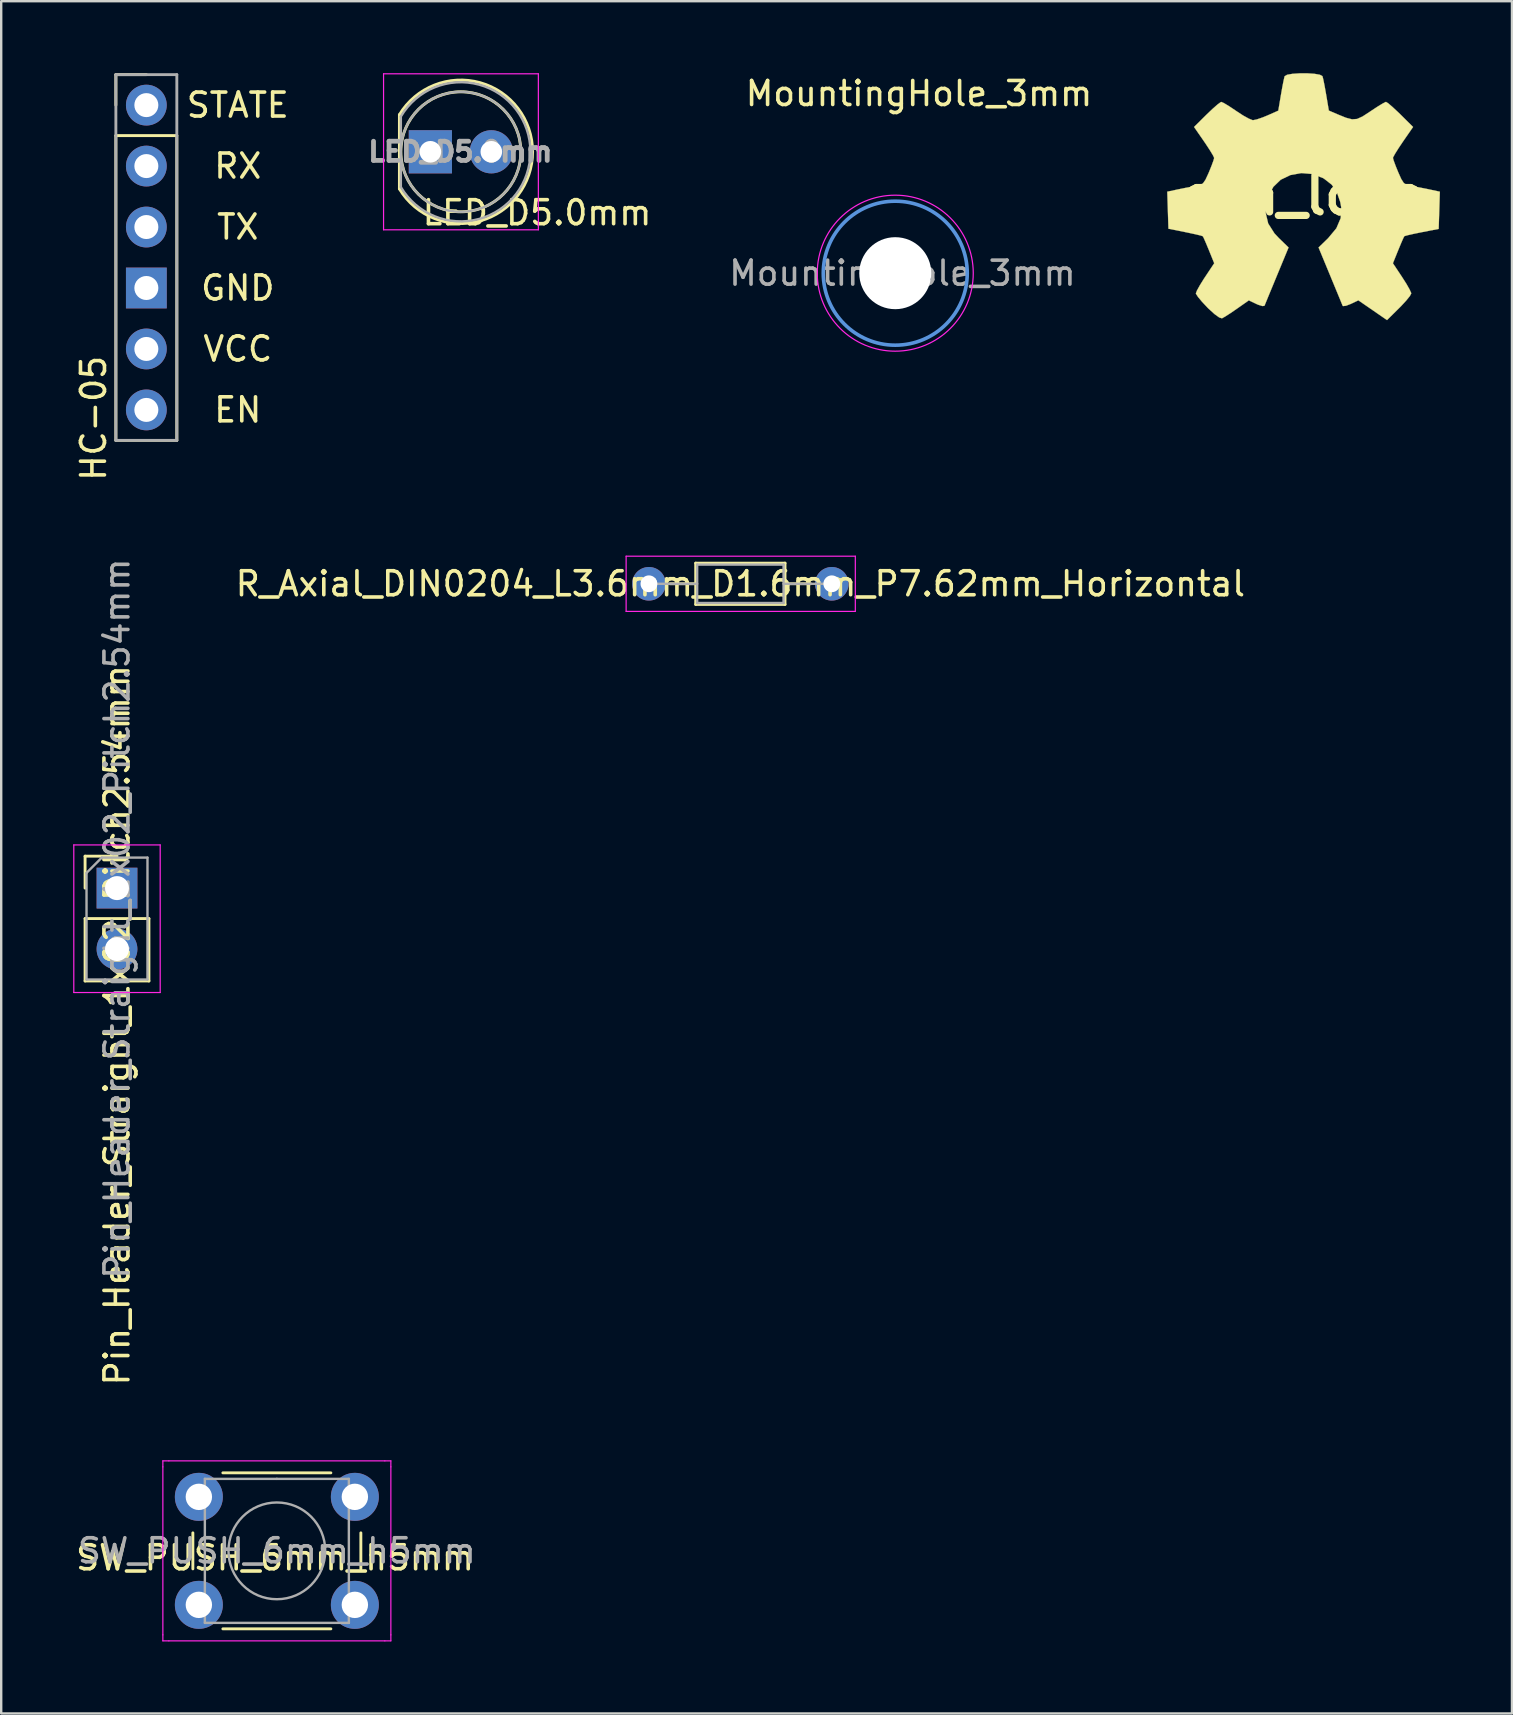
<source format=kicad_pcb>
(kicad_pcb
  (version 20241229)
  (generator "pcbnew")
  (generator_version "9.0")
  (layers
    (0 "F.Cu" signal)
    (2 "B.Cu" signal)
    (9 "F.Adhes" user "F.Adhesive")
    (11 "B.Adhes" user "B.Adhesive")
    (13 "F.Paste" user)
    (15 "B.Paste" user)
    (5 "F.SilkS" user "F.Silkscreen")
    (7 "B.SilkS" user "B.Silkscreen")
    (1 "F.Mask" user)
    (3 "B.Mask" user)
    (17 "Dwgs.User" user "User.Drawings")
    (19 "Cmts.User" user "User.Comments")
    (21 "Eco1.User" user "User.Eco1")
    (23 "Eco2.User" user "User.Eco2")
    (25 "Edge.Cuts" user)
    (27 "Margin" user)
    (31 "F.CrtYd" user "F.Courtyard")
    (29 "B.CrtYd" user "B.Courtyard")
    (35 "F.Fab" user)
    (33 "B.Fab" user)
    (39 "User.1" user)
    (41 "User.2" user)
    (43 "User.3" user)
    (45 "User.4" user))
  (footprint "MountingHole_3mm"
    (layer "F.Cu")
    (at 34.253 8.333)
    (property "Reference" "MountingHole_3mm" (at 0.99 -7.485 0) (layer "F.SilkS") (effects (font (size 1 1) (thickness 0.15))))
    (attr exclude_from_pos_files exclude_from_bom)
    (fp_circle (center 0 0) (end 3 0) (stroke (width 0.15) (type solid)) (fill no) (layer "Cmts.User"))
    (fp_circle (center 0 0) (end 3.25 0) (stroke (width 0.05) (type solid)) (fill no) (layer "F.CrtYd"))
    (fp_text user "${REFERENCE}" (at 0.3 0 0) (layer "F.Fab") (effects (font (size 1 1) (thickness 0.15))))
    (pad "" np_thru_hole circle (at 0 0) (size 3 3) (drill 3) (layers "*.Cu" "*.Mask")))
  (footprint "Pin_Header_Straight_1x02_Pitch2.54mm"
    (layer "F.Cu")
    (at 1.825 33.955)
    (property "Reference" "Pin_Header_Straight_1x02_Pitch2.54mm" (at 0 5.715 90) (layer "F.SilkS") (effects (font (size 1 1) (thickness 0.15))))
    (attr through_hole)
    (fp_line (start -1.33 -1.33) (end 0 -1.33) (stroke (width 0.12) (type solid)) (layer "F.SilkS"))
    (fp_line (start -1.33 0) (end -1.33 -1.33) (stroke (width 0.12) (type solid)) (layer "F.SilkS"))
    (fp_line (start -1.33 1.27) (end -1.33 3.87) (stroke (width 0.12) (type solid)) (layer "F.SilkS"))
    (fp_line (start -1.33 1.27) (end 1.33 1.27) (stroke (width 0.12) (type solid)) (layer "F.SilkS"))
    (fp_line (start -1.33 3.87) (end 1.33 3.87) (stroke (width 0.12) (type solid)) (layer "F.SilkS"))
    (fp_line (start 1.33 1.27) (end 1.33 3.87) (stroke (width 0.12) (type solid)) (layer "F.SilkS"))
    (fp_line (start -1.8 -1.8) (end -1.8 4.35) (stroke (width 0.05) (type solid)) (layer "F.CrtYd"))
    (fp_line (start -1.8 4.35) (end 1.8 4.35) (stroke (width 0.05) (type solid)) (layer "F.CrtYd"))
    (fp_line (start 1.8 -1.8) (end -1.8 -1.8) (stroke (width 0.05) (type solid)) (layer "F.CrtYd"))
    (fp_line (start 1.8 4.35) (end 1.8 -1.8) (stroke (width 0.05) (type solid)) (layer "F.CrtYd"))
    (fp_line (start -1.27 -0.635) (end -0.635 -1.27) (stroke (width 0.1) (type solid)) (layer "F.Fab"))
    (fp_line (start -1.27 3.81) (end -1.27 -0.635) (stroke (width 0.1) (type solid)) (layer "F.Fab"))
    (fp_line (start -0.635 -1.27) (end 1.27 -1.27) (stroke (width 0.1) (type solid)) (layer "F.Fab"))
    (fp_line (start 1.27 -1.27) (end 1.27 3.81) (stroke (width 0.1) (type solid)) (layer "F.Fab"))
    (fp_line (start 1.27 3.81) (end -1.27 3.81) (stroke (width 0.1) (type solid)) (layer "F.Fab"))
    (fp_text user "${REFERENCE}" (at 0 1.27 90) (layer "F.Fab") (effects (font (size 1 1) (thickness 0.15))))
    (pad "1" thru_hole rect (at 0 0) (size 1.7 1.7) (drill 1) (layers "*.Cu" "*.Mask"))
    (pad "2" thru_hole oval (at 0 2.54) (size 1.7 1.7) (drill 1) (layers "*.Cu" "*.Mask")))
  (footprint "osh_logo"
    (layer "F.Cu")
    (at 51.266 5.091)
    (property "Reference" "osh_logo" (at 0 0 0) (layer "F.SilkS") (effects (font (size 1.524 1.524) (thickness 0.3))))
    (attr through_hole)
    (fp_poly (pts (xy 0.452 -5.066) (xy 0.678 -5.027) (xy 0.786 -4.969) (xy 0.788 -4.966) (xy 0.822 -4.832) (xy 0.873 -4.581) (xy 0.93 -4.261) (xy 0.942 -4.193) (xy 1.053 -3.534) (xy 1.423 -3.375) (xy 1.77 -3.234) (xy 2.021 -3.169) (xy 2.231 -3.185) (xy 2.458 -3.288) (xy 2.758 -3.483) (xy 2.787 -3.503) (xy 3.061 -3.684) (xy 3.284 -3.821) (xy 3.418 -3.891) (xy 3.435 -3.895) (xy 3.525 -3.839) (xy 3.701 -3.689) (xy 3.932 -3.474) (xy 4.036 -3.373) (xy 4.563 -2.85) (xy 4.144 -2.245) (xy 3.955 -1.963) (xy 3.81 -1.731) (xy 3.732 -1.586) (xy 3.725 -1.56) (xy 3.756 -1.447) (xy 3.837 -1.227) (xy 3.945 -0.962) (xy 4.071 -0.681) (xy 4.175 -0.519) (xy 4.294 -0.437) (xy 4.467 -0.394) (xy 4.498 -0.389) (xy 4.79 -0.338) (xy 5.132 -0.271) (xy 5.254 -0.245) (xy 5.679 -0.154) (xy 5.655 0.622) (xy 5.63 1.397) (xy 4.93 1.533) (xy 4.607 1.599) (xy 4.354 1.656) (xy 4.213 1.695) (xy 4.197 1.703) (xy 4.152 1.792) (xy 4.063 1.996) (xy 3.949 2.27) (xy 3.944 2.282) (xy 3.723 2.828) (xy 4.105 3.403) (xy 4.284 3.684) (xy 4.417 3.919) (xy 4.484 4.067) (xy 4.487 4.087) (xy 4.43 4.193) (xy 4.279 4.381) (xy 4.062 4.616) (xy 3.982 4.696) (xy 3.477 5.196) (xy 2.88 4.784) (xy 2.283 4.373) (xy 1.969 4.522) (xy 1.769 4.599) (xy 1.645 4.613) (xy 1.629 4.601) (xy 1.588 4.501) (xy 1.495 4.274) (xy 1.361 3.95) (xy 1.198 3.556) (xy 1.113 3.35) (xy 0.625 2.171) (xy 1.024 1.784) (xy 1.367 1.371) (xy 1.547 0.948) (xy 1.569 0.498) (xy 1.528 0.275) (xy 1.383 -0.142) (xy 1.172 -0.447) (xy 0.855 -0.694) (xy 0.806 -0.723) (xy 0.375 -0.89) (xy -0.09 -0.929) (xy -0.547 -0.847) (xy -0.952 -0.652) (xy -1.258 -0.356) (xy -1.387 -0.118) (xy -1.501 0.18) (xy -1.526 0.268) (xy -1.576 0.739) (xy -1.474 1.171) (xy -1.212 1.584) (xy -1.024 1.784) (xy -0.625 2.171) (xy -1.113 3.35) (xy -1.285 3.767) (xy -1.435 4.128) (xy -1.549 4.406) (xy -1.616 4.571) (xy -1.629 4.601) (xy -1.713 4.612) (xy -1.892 4.557) (xy -1.968 4.523) (xy -2.28 4.374) (xy -2.782 4.726) (xy -3.046 4.907) (xy -3.266 5.048) (xy -3.397 5.122) (xy -3.4 5.123) (xy -3.514 5.087) (xy -3.71 4.946) (xy -3.957 4.722) (xy -4.002 4.677) (xy -4.228 4.436) (xy -4.398 4.232) (xy -4.483 4.101) (xy -4.487 4.082) (xy -4.443 3.966) (xy -4.325 3.752) (xy -4.157 3.481) (xy -4.105 3.403) (xy -3.723 2.828) (xy -3.944 2.282) (xy -4.059 2.006) (xy -4.149 1.799) (xy -4.196 1.704) (xy -4.197 1.703) (xy -4.289 1.672) (xy -4.506 1.62) (xy -4.809 1.555) (xy -4.929 1.53) (xy -5.63 1.39) (xy -5.655 0.618) (xy -5.679 -0.154) (xy -5.254 -0.245) (xy -4.925 -0.312) (xy -4.6 -0.372) (xy -4.498 -0.389) (xy -4.315 -0.429) (xy -4.19 -0.504) (xy -4.087 -0.652) (xy -3.966 -0.913) (xy -3.945 -0.962) (xy -3.833 -1.238) (xy -3.754 -1.454) (xy -3.725 -1.56) (xy -3.771 -1.662) (xy -3.892 -1.864) (xy -4.066 -2.131) (xy -4.144 -2.245) (xy -4.563 -2.85) (xy -4.036 -3.373) (xy -3.79 -3.607) (xy -3.585 -3.787) (xy -3.453 -3.884) (xy -3.427 -3.894) (xy -3.322 -3.848) (xy -3.12 -3.727) (xy -2.86 -3.554) (xy -2.8 -3.513) (xy -2.522 -3.331) (xy -2.28 -3.197) (xy -2.121 -3.134) (xy -2.104 -3.133) (xy -1.946 -3.166) (xy -1.698 -3.251) (xy -1.503 -3.331) (xy -1.053 -3.53) (xy -0.942 -4.191) (xy -0.884 -4.519) (xy -0.831 -4.789) (xy -0.793 -4.951) (xy -0.788 -4.966) (xy -0.685 -5.026) (xy -0.462 -5.065) (xy -0.166 -5.085) (xy 0.154 -5.086) (xy 0.452 -5.066)) (stroke (width 0.01) (type solid)) (fill yes) (layer "F.SilkS")))
  (footprint "HC-05"
    (layer "F.Cu")
    (at 3.048 7.68)
    (property "Reference" "HC-05" (at -2.2 6.7 90) (layer "F.SilkS") (effects (font (size 1 1) (thickness 0.15))))
    (attr through_hole)
    (fp_line (start -1.27 -7.62) (end 0 -7.62) (stroke (width 0.12) (type solid)) (layer "F.SilkS"))
    (fp_line (start -1.27 -6.35) (end -1.27 -7.62) (stroke (width 0.12) (type solid)) (layer "F.SilkS"))
    (fp_line (start -1.27 -5.08) (end -1.27 7.62) (stroke (width 0.12) (type solid)) (layer "F.SilkS"))
    (fp_line (start 1.27 -5.08) (end -1.27 -5.08) (stroke (width 0.12) (type solid)) (layer "F.SilkS"))
    (fp_line (start 1.27 7.62) (end -1.27 7.62) (stroke (width 0.112) (type solid)) (layer "F.SilkS"))
    (fp_line (start 1.27 7.62) (end 1.27 -5.08) (stroke (width 0.12) (type solid)) (layer "F.SilkS"))
    (fp_line (start -1.27 -7.62) (end -1.27 7.62) (stroke (width 0.12) (type solid)) (layer "F.Fab"))
    (fp_line (start -1.27 7.62) (end 1.27 7.62) (stroke (width 0.12) (type solid)) (layer "F.Fab"))
    (fp_line (start 1.27 -7.62) (end -1.27 -7.62) (stroke (width 0.12) (type solid)) (layer "F.Fab"))
    (fp_line (start 1.27 7.62) (end 1.27 -7.62) (stroke (width 0.12) (type solid)) (layer "F.Fab"))
    (fp_text user "VCC" (at 3.81 3.81 0) (layer "F.SilkS") (effects (font (size 1 1) (thickness 0.15))))
    (fp_text user "EN" (at 3.81 6.35 0) (layer "F.SilkS") (effects (font (size 1 1) (thickness 0.15))))
    (fp_text user "STATE" (at 3.81 -6.35 0) (layer "F.SilkS") (effects (font (size 1 1) (thickness 0.15))))
    (fp_text user "GND" (at 3.81 1.27 0) (layer "F.SilkS") (effects (font (size 1 1) (thickness 0.15))))
    (fp_text user "TX" (at 3.81 -1.27 0) (layer "F.SilkS") (effects (font (size 1 1) (thickness 0.15))))
    (fp_text user "RX" (at 3.81 -3.81 0) (layer "F.SilkS") (effects (font (size 1 1) (thickness 0.15))))
    (pad "1" thru_hole oval (at 0 -6.35) (size 1.7 1.7) (drill 1) (layers "*.Cu" "*.Mask"))
    (pad "2" thru_hole circle (at 0 -3.81) (size 1.7 1.7) (drill 1) (layers "*.Cu" "*.Mask"))
    (pad "3" thru_hole circle (at 0 -1.27) (size 1.7 1.7) (drill 1) (layers "*.Cu" "*.Mask"))
    (pad "4" thru_hole rect (at 0 1.27) (size 1.7 1.7) (drill 1) (layers "*.Cu" "*.Mask"))
    (pad "5" thru_hole circle (at 0 3.81) (size 1.7 1.7) (drill 1) (layers "*.Cu" "*.Mask"))
    (pad "6" thru_hole circle (at 0 6.35) (size 1.7 1.7) (drill 1) (layers "*.Cu" "*.Mask")))
  (footprint "LED_D5.0mm"
    (layer "F.Cu")
    (at 14.882 3.275)
    (property "Reference" "LED_D5.0mm" (at 4.445 2.54 0) (layer "F.SilkS") (effects (font (size 1 1) (thickness 0.15))))
    (attr through_hole)
    (fp_line (start -1.29 -1.545) (end -1.29 1.545) (stroke (width 0.12) (type solid)) (layer "F.SilkS"))
    (fp_arc (start -1.29 -1.54483) (mid 2.072002 -2.880433) (end 4.26 0.000462) (stroke (width 0.12) (type solid)) (layer "F.SilkS"))
    (fp_arc (start 4.26 -0.000462) (mid 2.072002 2.880433) (end -1.29 1.54483) (stroke (width 0.12) (type solid)) (layer "F.SilkS"))
    (fp_circle (center 1.27 0) (end 3.77 0) (stroke (width 0.12) (type solid)) (fill no) (layer "F.SilkS"))
    (fp_line (start -1.95 -3.25) (end -1.95 3.25) (stroke (width 0.05) (type solid)) (layer "F.CrtYd"))
    (fp_line (start -1.95 3.25) (end 4.5 3.25) (stroke (width 0.05) (type solid)) (layer "F.CrtYd"))
    (fp_line (start 4.5 -3.25) (end -1.95 -3.25) (stroke (width 0.05) (type solid)) (layer "F.CrtYd"))
    (fp_line (start 4.5 3.25) (end 4.5 -3.25) (stroke (width 0.05) (type solid)) (layer "F.CrtYd"))
    (fp_line (start -1.23 -1.47) (end -1.23 1.47) (stroke (width 0.1) (type solid)) (layer "F.Fab"))
    (fp_arc (start -1.23 -1.469694) (mid 4.17 0.000016) (end -1.230016 1.469666) (stroke (width 0.1) (type solid)) (layer "F.Fab"))
    (fp_circle (center 1.27 0) (end 3.77 0) (stroke (width 0.1) (type solid)) (fill no) (layer "F.Fab"))
    (fp_text user "${REFERENCE}" (at 1.25 0 0) (layer "F.Fab") (effects (font (size 0.8 0.8) (thickness 0.2))))
    (pad "1" thru_hole rect (at 0 0) (size 1.8 1.8) (drill 0.9) (layers "*.Cu" "*.Mask"))
    (pad "2" thru_hole circle (at 2.54 0) (size 1.8 1.8) (drill 0.9) (layers "*.Cu" "*.Mask")))
  (footprint "R_Axial_DIN0204_L3.6mm_D1.6mm_P7.62mm_Horizontal"
    (layer "F.Cu")
    (at 23.989 21.275)
    (property "Reference" "R_Axial_DIN0204_L3.6mm_D1.6mm_P7.62mm_Horizontal" (at 3.81 0 0) (layer "F.SilkS") (effects (font (size 1 1) (thickness 0.15))))
    (attr through_hole)
    (fp_line (start 0.88 0) (end 1.95 0) (stroke (width 0.12) (type solid)) (layer "F.SilkS"))
    (fp_line (start 1.95 -0.86) (end 1.95 0.86) (stroke (width 0.12) (type solid)) (layer "F.SilkS"))
    (fp_line (start 1.95 0.86) (end 5.67 0.86) (stroke (width 0.12) (type solid)) (layer "F.SilkS"))
    (fp_line (start 5.67 -0.86) (end 1.95 -0.86) (stroke (width 0.12) (type solid)) (layer "F.SilkS"))
    (fp_line (start 5.67 0.86) (end 5.67 -0.86) (stroke (width 0.12) (type solid)) (layer "F.SilkS"))
    (fp_line (start 6.74 0) (end 5.67 0) (stroke (width 0.12) (type solid)) (layer "F.SilkS"))
    (fp_line (start -0.95 -1.15) (end -0.95 1.15) (stroke (width 0.05) (type solid)) (layer "F.CrtYd"))
    (fp_line (start -0.95 1.15) (end 8.6 1.15) (stroke (width 0.05) (type solid)) (layer "F.CrtYd"))
    (fp_line (start 8.6 -1.15) (end -0.95 -1.15) (stroke (width 0.05) (type solid)) (layer "F.CrtYd"))
    (fp_line (start 8.6 1.15) (end 8.6 -1.15) (stroke (width 0.05) (type solid)) (layer "F.CrtYd"))
    (fp_line (start 0 0) (end 2.01 0) (stroke (width 0.1) (type solid)) (layer "F.Fab"))
    (fp_line (start 2.01 -0.8) (end 2.01 0.8) (stroke (width 0.1) (type solid)) (layer "F.Fab"))
    (fp_line (start 2.01 0.8) (end 5.61 0.8) (stroke (width 0.1) (type solid)) (layer "F.Fab"))
    (fp_line (start 5.61 -0.8) (end 2.01 -0.8) (stroke (width 0.1) (type solid)) (layer "F.Fab"))
    (fp_line (start 5.61 0.8) (end 5.61 -0.8) (stroke (width 0.1) (type solid)) (layer "F.Fab"))
    (fp_line (start 7.62 0) (end 5.61 0) (stroke (width 0.1) (type solid)) (layer "F.Fab"))
    (pad "1" thru_hole circle (at 0 0) (size 1.4 1.4) (drill 0.7) (layers "*.Cu" "*.Mask"))
    (pad "2" thru_hole oval (at 7.62 0) (size 1.4 1.4) (drill 0.7) (layers "*.Cu" "*.Mask")))
  (footprint "SW_PUSH_6mm_h5mm"
    (layer "F.Cu")
    (at 5.236 59.32)
    (property "Reference" "SW_PUSH_6mm_h5mm" (at 3.175 2.54 0) (layer "F.SilkS") (effects (font (size 1 1) (thickness 0.15))))
    (attr through_hole)
    (fp_line (start -0.25 1.5) (end -0.25 3) (stroke (width 0.12) (type solid)) (layer "F.SilkS"))
    (fp_line (start 1 5.5) (end 5.5 5.5) (stroke (width 0.12) (type solid)) (layer "F.SilkS"))
    (fp_line (start 5.5 -1) (end 1 -1) (stroke (width 0.12) (type solid)) (layer "F.SilkS"))
    (fp_line (start 6.75 3) (end 6.75 1.5) (stroke (width 0.12) (type solid)) (layer "F.SilkS"))
    (fp_line (start -1.5 -1.5) (end -1.25 -1.5) (stroke (width 0.05) (type solid)) (layer "F.CrtYd"))
    (fp_line (start -1.5 -1.25) (end -1.5 -1.5) (stroke (width 0.05) (type solid)) (layer "F.CrtYd"))
    (fp_line (start -1.5 5.75) (end -1.5 -1.25) (stroke (width 0.05) (type solid)) (layer "F.CrtYd"))
    (fp_line (start -1.5 5.75) (end -1.5 6) (stroke (width 0.05) (type solid)) (layer "F.CrtYd"))
    (fp_line (start -1.5 6) (end -1.25 6) (stroke (width 0.05) (type solid)) (layer "F.CrtYd"))
    (fp_line (start -1.25 -1.5) (end 7.75 -1.5) (stroke (width 0.05) (type solid)) (layer "F.CrtYd"))
    (fp_line (start 7.75 -1.5) (end 8 -1.5) (stroke (width 0.05) (type solid)) (layer "F.CrtYd"))
    (fp_line (start 7.75 6) (end -1.25 6) (stroke (width 0.05) (type solid)) (layer "F.CrtYd"))
    (fp_line (start 7.75 6) (end 8 6) (stroke (width 0.05) (type solid)) (layer "F.CrtYd"))
    (fp_line (start 8 -1.5) (end 8 -1.25) (stroke (width 0.05) (type solid)) (layer "F.CrtYd"))
    (fp_line (start 8 -1.25) (end 8 5.75) (stroke (width 0.05) (type solid)) (layer "F.CrtYd"))
    (fp_line (start 8 6) (end 8 5.75) (stroke (width 0.05) (type solid)) (layer "F.CrtYd"))
    (fp_line (start 0.25 -0.75) (end 3.25 -0.75) (stroke (width 0.1) (type solid)) (layer "F.Fab"))
    (fp_line (start 0.25 5.25) (end 0.25 -0.75) (stroke (width 0.1) (type solid)) (layer "F.Fab"))
    (fp_line (start 3.25 -0.75) (end 6.25 -0.75) (stroke (width 0.1) (type solid)) (layer "F.Fab"))
    (fp_line (start 6.25 -0.75) (end 6.25 5.25) (stroke (width 0.1) (type solid)) (layer "F.Fab"))
    (fp_line (start 6.25 5.25) (end 0.25 5.25) (stroke (width 0.1) (type solid)) (layer "F.Fab"))
    (fp_circle (center 3.25 2.25) (end 1.25 2.5) (stroke (width 0.1) (type solid)) (fill no) (layer "F.Fab"))
    (fp_text user "${REFERENCE}" (at 3.25 2.25 0) (layer "F.Fab") (effects (font (size 1 1) (thickness 0.15))))
    (pad "1" thru_hole circle (at 0 0 90) (size 2 2) (drill 1.1) (layers "*.Cu" "*.Mask"))
    (pad "1" thru_hole circle (at 6.5 0 90) (size 2 2) (drill 1.1) (layers "*.Cu" "*.Mask"))
    (pad "2" thru_hole circle (at 0 4.5 90) (size 2 2) (drill 1.1) (layers "*.Cu" "*.Mask"))
    (pad "2" thru_hole circle (at 6.5 4.5 90) (size 2 2) (drill 1.1) (layers "*.Cu" "*.Mask")))
  (gr_rect
    (start -3 -3)
    (end 59.95 68.345)
    (stroke (width 0.1) (type default))
    (fill no)
    (layer "Edge.Cuts")))
</source>
